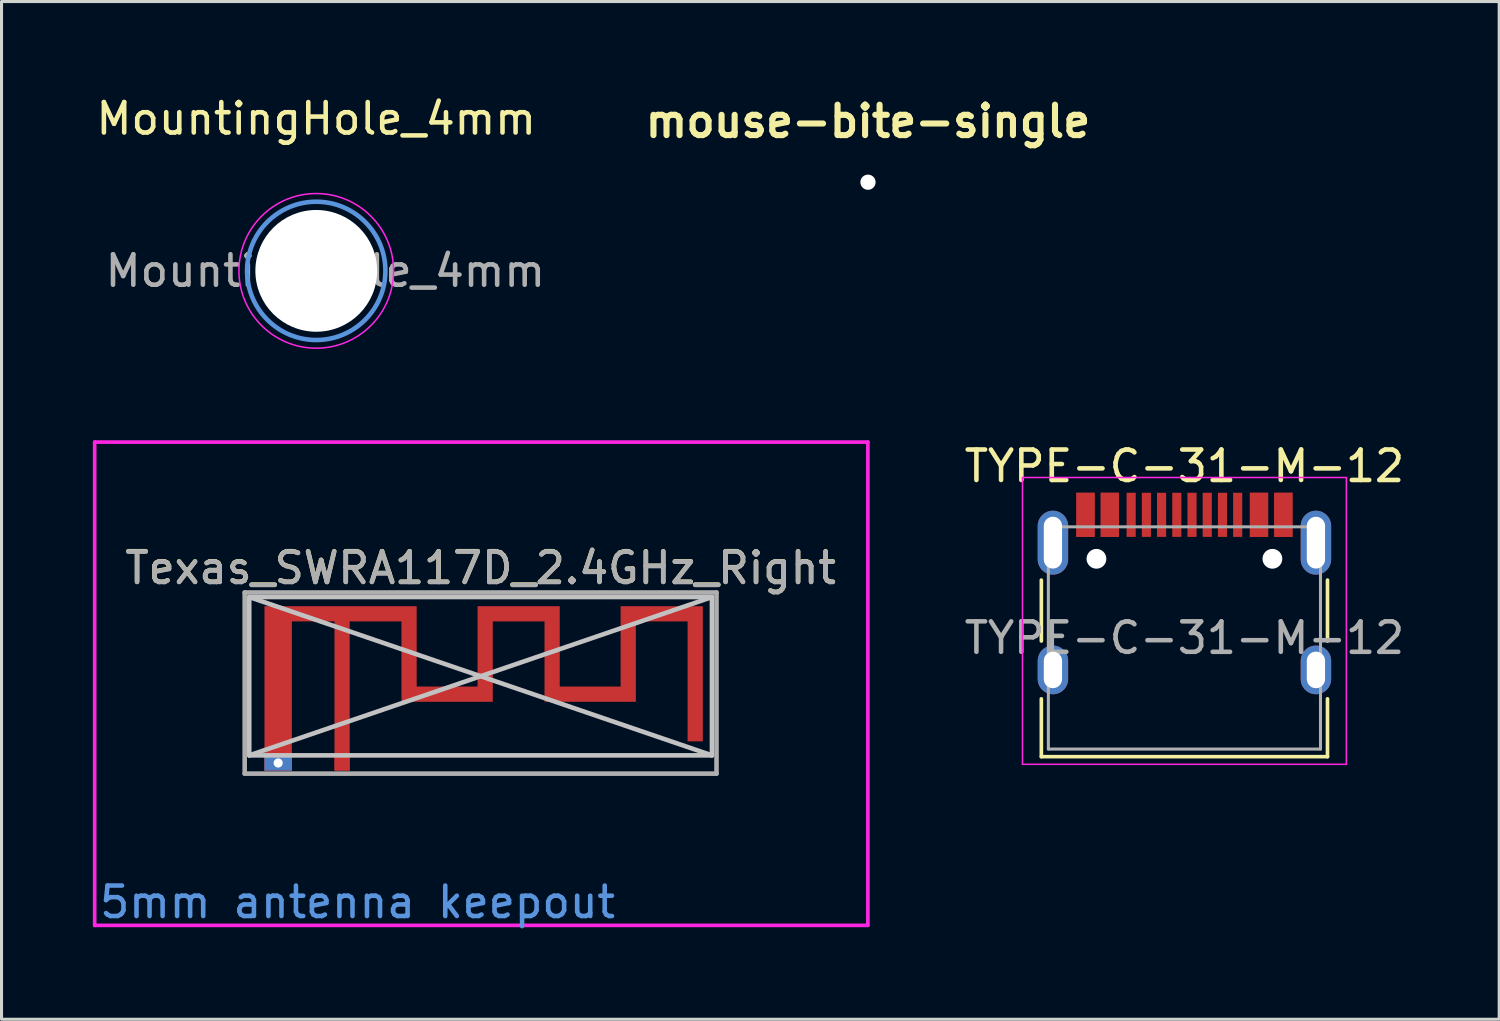
<source format=kicad_pcb>
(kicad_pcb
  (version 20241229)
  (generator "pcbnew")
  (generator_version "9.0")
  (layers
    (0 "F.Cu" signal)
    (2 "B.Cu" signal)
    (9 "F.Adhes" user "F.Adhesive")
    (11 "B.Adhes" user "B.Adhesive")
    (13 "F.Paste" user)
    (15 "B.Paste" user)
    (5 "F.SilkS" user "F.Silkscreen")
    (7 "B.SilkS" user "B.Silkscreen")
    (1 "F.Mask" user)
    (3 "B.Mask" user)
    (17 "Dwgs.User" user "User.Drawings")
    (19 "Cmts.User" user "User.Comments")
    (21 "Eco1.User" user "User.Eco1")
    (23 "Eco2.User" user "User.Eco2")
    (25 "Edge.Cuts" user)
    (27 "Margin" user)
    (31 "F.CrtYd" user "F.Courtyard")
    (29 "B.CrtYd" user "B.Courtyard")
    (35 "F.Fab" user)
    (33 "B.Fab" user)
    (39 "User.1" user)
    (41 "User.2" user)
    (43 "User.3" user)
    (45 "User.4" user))
  (footprint "Texas_SWRA117D_2.4GHz_Right"
    (layer "F.Cu")
    (at 8.188 22.014)
    (property "Reference" "Texas_SWRA117D_2.4GHz_Right" (at 4.55 -6.41 0) (layer "F.SilkS") (effects (font (size 1 1) (thickness 0.15))))
    (attr exclude_from_pos_files exclude_from_bom)
    (fp_poly (pts (xy 2.45 -2.51) (xy 4.45 -2.51) (xy 4.45 -5.15) (xy 7.15 -5.15) (xy 7.15 -2.51) (xy 9.15 -2.51) (xy 9.15 -5.15) (xy 11.85 -5.15) (xy 11.85 -0.71) (xy 11.35 -0.71) (xy 11.35 -4.65) (xy 9.65 -4.65) (xy 9.65 -2.01) (xy 6.65 -2.01) (xy 6.65 -4.65) (xy 4.95 -4.65) (xy 4.95 -2.01) (xy 1.95 -2.01) (xy 1.95 -4.65) (xy 0.25 -4.65) (xy 0.25 0.25) (xy -0.25 0.25) (xy -0.25 -4.65) (xy -1.65 -4.65) (xy -1.65 0.25) (xy -2.55 0.25) (xy -2.55 0.007) (xy -2.248 0.007) (xy -2.238 0.054) (xy -2.214 0.097) (xy -2.176 0.13) (xy -2.168 0.134) (xy -2.125 0.146) (xy -2.077 0.145) (xy -2.031 0.132) (xy -2.013 0.122) (xy -1.979 0.087) (xy -1.958 0.041) (xy -1.952 -0.008) (xy -1.96 -0.056) (xy -1.977 -0.089) (xy -2.012 -0.121) (xy -2.058 -0.141) (xy -2.107 -0.148) (xy -2.155 -0.14) (xy -2.188 -0.123) (xy -2.223 -0.086) (xy -2.243 -0.042) (xy -2.248 0.007) (xy -2.55 0.007) (xy -2.55 -5.15) (xy 2.45 -5.15) (xy 2.45 -2.51)) (stroke (width 0) (type solid)) (fill yes) (layer "F.Cu"))
    (fp_line (start -3.05 -5.45) (end 12.15 -5.45) (stroke (width 0.15) (type solid)) (layer "Dwgs.User"))
    (fp_line (start -3.05 -5.45) (end 12.15 -0.25) (stroke (width 0.15) (type solid)) (layer "Dwgs.User"))
    (fp_line (start -3.05 -0.25) (end -3.05 -5.45) (stroke (width 0.15) (type solid)) (layer "Dwgs.User"))
    (fp_line (start -3.05 -0.25) (end 12.15 -5.45) (stroke (width 0.15) (type solid)) (layer "Dwgs.User"))
    (fp_line (start -3.05 -0.25) (end 12.15 -0.25) (stroke (width 0.15) (type solid)) (layer "Dwgs.User"))
    (fp_line (start 12.15 -0.25) (end 12.15 -5.45) (stroke (width 0.15) (type solid)) (layer "Dwgs.User"))
    (fp_line (start -8.128 -10.541) (end -8.128 5.334) (stroke (width 0.12) (type solid)) (layer "F.CrtYd"))
    (fp_line (start -8.128 5.334) (end 17.272 5.334) (stroke (width 0.12) (type solid)) (layer "F.CrtYd"))
    (fp_line (start 17.272 -10.541) (end -8.128 -10.541) (stroke (width 0.12) (type solid)) (layer "F.CrtYd"))
    (fp_line (start 17.272 5.334) (end 17.272 -10.541) (stroke (width 0.12) (type solid)) (layer "F.CrtYd"))
    (fp_line (start -3.2 -5.6) (end 12.3 -5.6) (stroke (width 0.15) (type solid)) (layer "F.Fab"))
    (fp_line (start -3.2 0.35) (end -3.2 -5.6) (stroke (width 0.15) (type solid)) (layer "F.Fab"))
    (fp_line (start 12.3 -5.6) (end 12.3 0.35) (stroke (width 0.15) (type solid)) (layer "F.Fab"))
    (fp_line (start 12.3 0.35) (end -3.2 0.35) (stroke (width 0.15) (type solid)) (layer "F.Fab"))
    (fp_text user "5mm antenna keepout" (at 0.508 4.572 0) (layer "Cmts.User") (effects (font (size 1 1) (thickness 0.15))))
    (fp_text user "${REFERENCE}" (at 4.55 -6.4 0) (layer "F.Fab") (effects (font (size 1 1) (thickness 0.15))))
    (pad "1" connect rect (at 0 0) (size 0.5 0.5) (layers "F.Cu"))
    (pad "2" thru_hole rect (at -2.1 0) (size 0.9 0.5) (drill 0.3) (layers "*.Cu")))
  (footprint "MountingHole_4mm"
    (layer "F.Cu")
    (at 7.339 5.848)
    (property "Reference" "MountingHole_4mm" (at 0 -5 0) (layer "F.SilkS") (effects (font (size 1 1) (thickness 0.15))))
    (attr exclude_from_pos_files exclude_from_bom)
    (fp_circle (center 0 0) (end 2.032 1.016) (stroke (width 0.15) (type solid)) (fill no) (layer "Cmts.User"))
    (fp_circle (center 0 0) (end 2.54 0) (stroke (width 0.05) (type solid)) (fill no) (layer "F.CrtYd"))
    (fp_text user "${REFERENCE}" (at 0.3 0 0) (layer "F.Fab") (effects (font (size 1 1) (thickness 0.15))))
    (pad "" np_thru_hole circle (at 0 0) (size 4 4) (drill 4) (layers "*.Cu" "*.Mask")))
  (footprint "TYPE-C-31-M-12"
    (layer "F.Cu")
    (at 35.859 17.907)
    (property "Reference" "TYPE-C-31-M-12" (at 0 -5.645 0) (layer "F.SilkS") (effects (font (size 1 1) (thickness 0.15))))
    (attr smd)
    (fp_line (start -4.7 -1.9) (end -4.7 0.1) (stroke (width 0.12) (type solid)) (layer "F.SilkS"))
    (fp_line (start -4.7 2) (end -4.7 3.9) (stroke (width 0.12) (type solid)) (layer "F.SilkS"))
    (fp_line (start -4.7 3.9) (end 4.7 3.9) (stroke (width 0.12) (type solid)) (layer "F.SilkS"))
    (fp_line (start 4.7 -1.9) (end 4.7 0.1) (stroke (width 0.12) (type solid)) (layer "F.SilkS"))
    (fp_line (start 4.7 2) (end 4.7 3.9) (stroke (width 0.12) (type solid)) (layer "F.SilkS"))
    (fp_line (start -5.32 -5.27) (end -5.32 4.15) (stroke (width 0.05) (type solid)) (layer "F.CrtYd"))
    (fp_line (start -5.32 -5.27) (end 5.32 -5.27) (stroke (width 0.05) (type solid)) (layer "F.CrtYd"))
    (fp_line (start -5.32 4.15) (end 5.32 4.15) (stroke (width 0.05) (type solid)) (layer "F.CrtYd"))
    (fp_line (start 5.32 -5.27) (end 5.32 4.15) (stroke (width 0.05) (type solid)) (layer "F.CrtYd"))
    (fp_line (start -4.47 -3.65) (end -4.47 3.65) (stroke (width 0.1) (type solid)) (layer "F.Fab"))
    (fp_line (start -4.47 -3.65) (end 4.47 -3.65) (stroke (width 0.1) (type solid)) (layer "F.Fab"))
    (fp_line (start -4.47 3.65) (end 4.47 3.65) (stroke (width 0.1) (type solid)) (layer "F.Fab"))
    (fp_line (start 4.47 -3.65) (end 4.47 3.65) (stroke (width 0.1) (type solid)) (layer "F.Fab"))
    (fp_text user "${REFERENCE}" (at 0 0 0) (layer "F.Fab") (effects (font (size 1 1) (thickness 0.15))))
    (pad "" thru_hole oval (at -4.32 -3.13) (size 1 2.1) (drill oval 0.6 1.7) (layers "*.Cu" "*.Mask"))
    (pad "" thru_hole oval (at -4.32 1.05) (size 1 1.6) (drill oval 0.6 1.2) (layers "*.Cu" "*.Mask"))
    (pad "" np_thru_hole circle (at -2.89 -2.6) (size 0.65 0.65) (drill 0.65) (layers "*.Cu" "*.Mask"))
    (pad "" np_thru_hole circle (at 2.89 -2.6) (size 0.65 0.65) (drill 0.65) (layers "*.Cu" "*.Mask"))
    (pad "" thru_hole oval (at 4.32 -3.13) (size 1 2.1) (drill oval 0.6 1.7) (layers "*.Cu" "*.Mask"))
    (pad "" thru_hole oval (at 4.32 1.05) (size 1 1.6) (drill oval 0.6 1.2) (layers "*.Cu" "*.Mask"))
    (pad "A1" smd rect (at -3.25 -4.045) (size 0.6 1.45) (layers "F.Cu" "F.Mask" "F.Paste"))
    (pad "A4" smd rect (at -2.45 -4.045) (size 0.6 1.45) (layers "F.Cu" "F.Mask" "F.Paste"))
    (pad "A5" smd rect (at -1.25 -4.045) (size 0.3 1.45) (layers "F.Cu" "F.Mask" "F.Paste"))
    (pad "A6" smd rect (at -0.25 -4.045) (size 0.3 1.45) (layers "F.Cu" "F.Mask" "F.Paste"))
    (pad "A7" smd rect (at 0.25 -4.045) (size 0.3 1.45) (layers "F.Cu" "F.Mask" "F.Paste"))
    (pad "A8" smd rect (at 1.25 -4.045) (size 0.3 1.45) (layers "F.Cu" "F.Mask" "F.Paste"))
    (pad "A9" smd rect (at 2.45 -4.045) (size 0.6 1.45) (layers "F.Cu" "F.Mask" "F.Paste"))
    (pad "A12" smd rect (at 3.25 -4.045) (size 0.6 1.45) (layers "F.Cu" "F.Mask" "F.Paste"))
    (pad "B1" smd rect (at 3.25 -4.045) (size 0.6 1.45) (layers "F.Cu" "F.Mask" "F.Paste"))
    (pad "B4" smd rect (at 2.45 -4.045) (size 0.6 1.45) (layers "F.Cu" "F.Mask" "F.Paste"))
    (pad "B5" smd rect (at 1.75 -4.045) (size 0.3 1.45) (layers "F.Cu" "F.Mask" "F.Paste"))
    (pad "B6" smd rect (at 0.75 -4.045) (size 0.3 1.45) (layers "F.Cu" "F.Mask" "F.Paste"))
    (pad "B7" smd rect (at -0.75 -4.045) (size 0.3 1.45) (layers "F.Cu" "F.Mask" "F.Paste"))
    (pad "B8" smd rect (at -1.75 -4.045) (size 0.3 1.45) (layers "F.Cu" "F.Mask" "F.Paste"))
    (pad "B9" smd rect (at -2.45 -4.045) (size 0.6 1.45) (layers "F.Cu" "F.Mask" "F.Paste"))
    (pad "B12" smd rect (at -3.25 -4.045) (size 0.6 1.45) (layers "F.Cu" "F.Mask" "F.Paste")))
  (footprint "mouse-bite-single"
    (layer "F.Cu")
    (at 25.464 2.936)
    (property "Reference" "mouse-bite-single" (at 0 -2 0) (layer "F.SilkS") (effects (font (size 1 1) (thickness 0.2))))
    (attr through_hole)
    (pad "" np_thru_hole circle (at 0 0) (size 0.5 0.5) (drill 0.5) (layers "*.Cu" "*.Mask")))
  (gr_rect
    (start -3 -3)
    (end 46.199 30.434)
    (stroke (width 0.1) (type default))
    (fill no)
    (layer "Edge.Cuts")))
</source>
